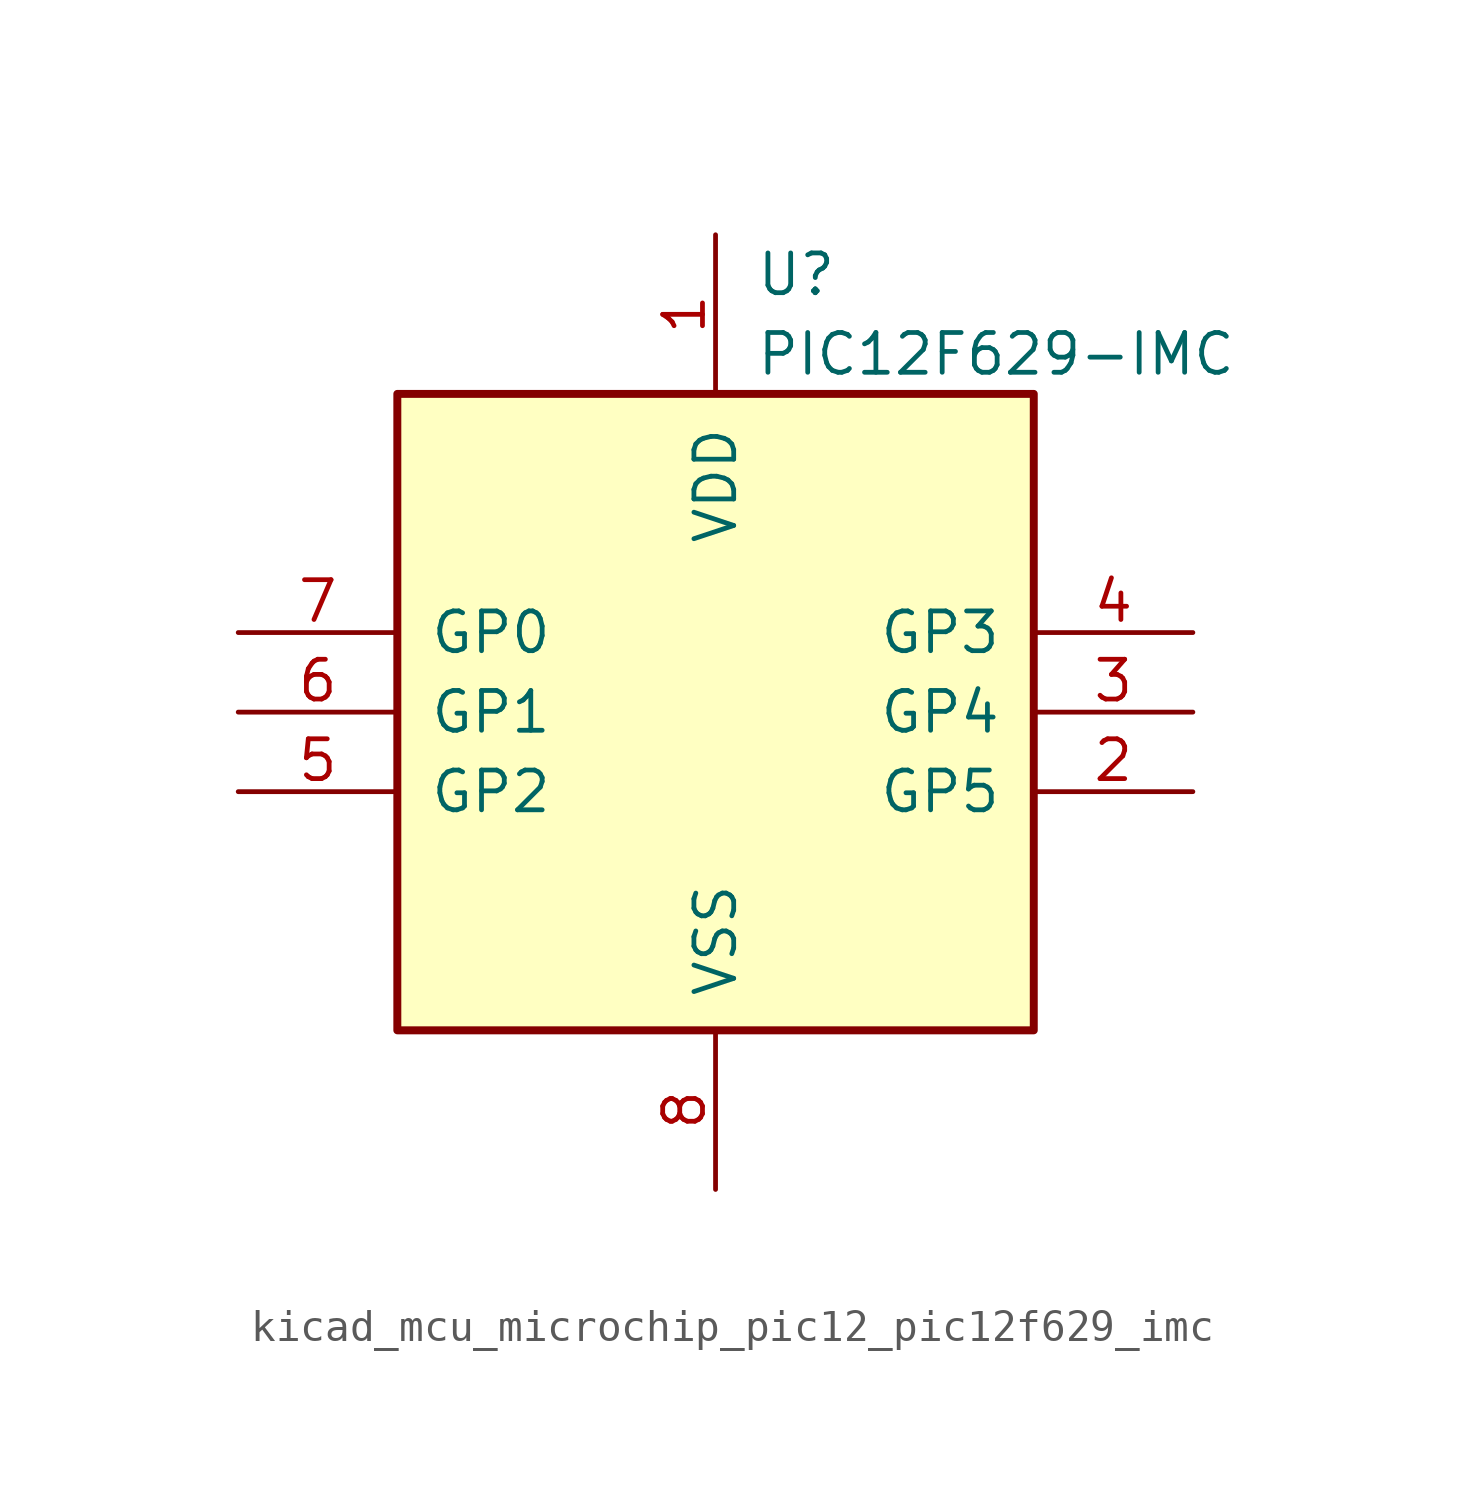
<source format=kicad_sym>
(kicad_symbol_lib
  (version 20220914)
  (generator kicad_symbol_editor)
  (symbol "kicad_mcu_microchip_pic12_pic12f629_imc"
    (pin_names
      (offset 1.016))
    (property "Reference" "U"
      (at 1.27 13.97 0)
      (effects (font (size 1.27 1.27)) (justify left)))
    (property "Value" "PIC12F629-IMC"
      (at 1.27 11.43 0)
      (effects (font (size 1.27 1.27)) (justify left)))
    (symbol "kicad_mcu_microchip_pic12_pic12f629_imc_0_1"
      (rectangle (start 10.16 -10.16) (end -10.16 10.16) (stroke (width 0.254) (type default)) (fill (type background))))
    (symbol "kicad_mcu_microchip_pic12_pic12f629_imc_1_1"
      (pin power_in line (at 0 15.24 270) (length 5.08) (name "VDD" (effects (font (size 1.27 1.27)))) (number "1" (effects (font (size 1.27 1.27)))))
      (pin bidirectional line (at 15.24 -2.54 180) (length 5.08) (name "GP5" (effects (font (size 1.27 1.27)))) (number "2" (effects (font (size 1.27 1.27)))))
      (pin bidirectional line (at 15.24 0 180) (length 5.08) (name "GP4" (effects (font (size 1.27 1.27)))) (number "3" (effects (font (size 1.27 1.27)))))
      (pin input line (at 15.24 2.54 180) (length 5.08) (name "GP3" (effects (font (size 1.27 1.27)))) (number "4" (effects (font (size 1.27 1.27)))))
      (pin bidirectional line (at -15.24 -2.54 0) (length 5.08) (name "GP2" (effects (font (size 1.27 1.27)))) (number "5" (effects (font (size 1.27 1.27)))))
      (pin bidirectional line (at -15.24 0 0) (length 5.08) (name "GP1" (effects (font (size 1.27 1.27)))) (number "6" (effects (font (size 1.27 1.27)))))
      (pin bidirectional line (at -15.24 2.54 0) (length 5.08) (name "GP0" (effects (font (size 1.27 1.27)))) (number "7" (effects (font (size 1.27 1.27)))))
      (pin power_in line (at 0 -15.24 90) (length 5.08) (name "VSS" (effects (font (size 1.27 1.27)))) (number "8" (effects (font (size 1.27 1.27))))))))
</source>
